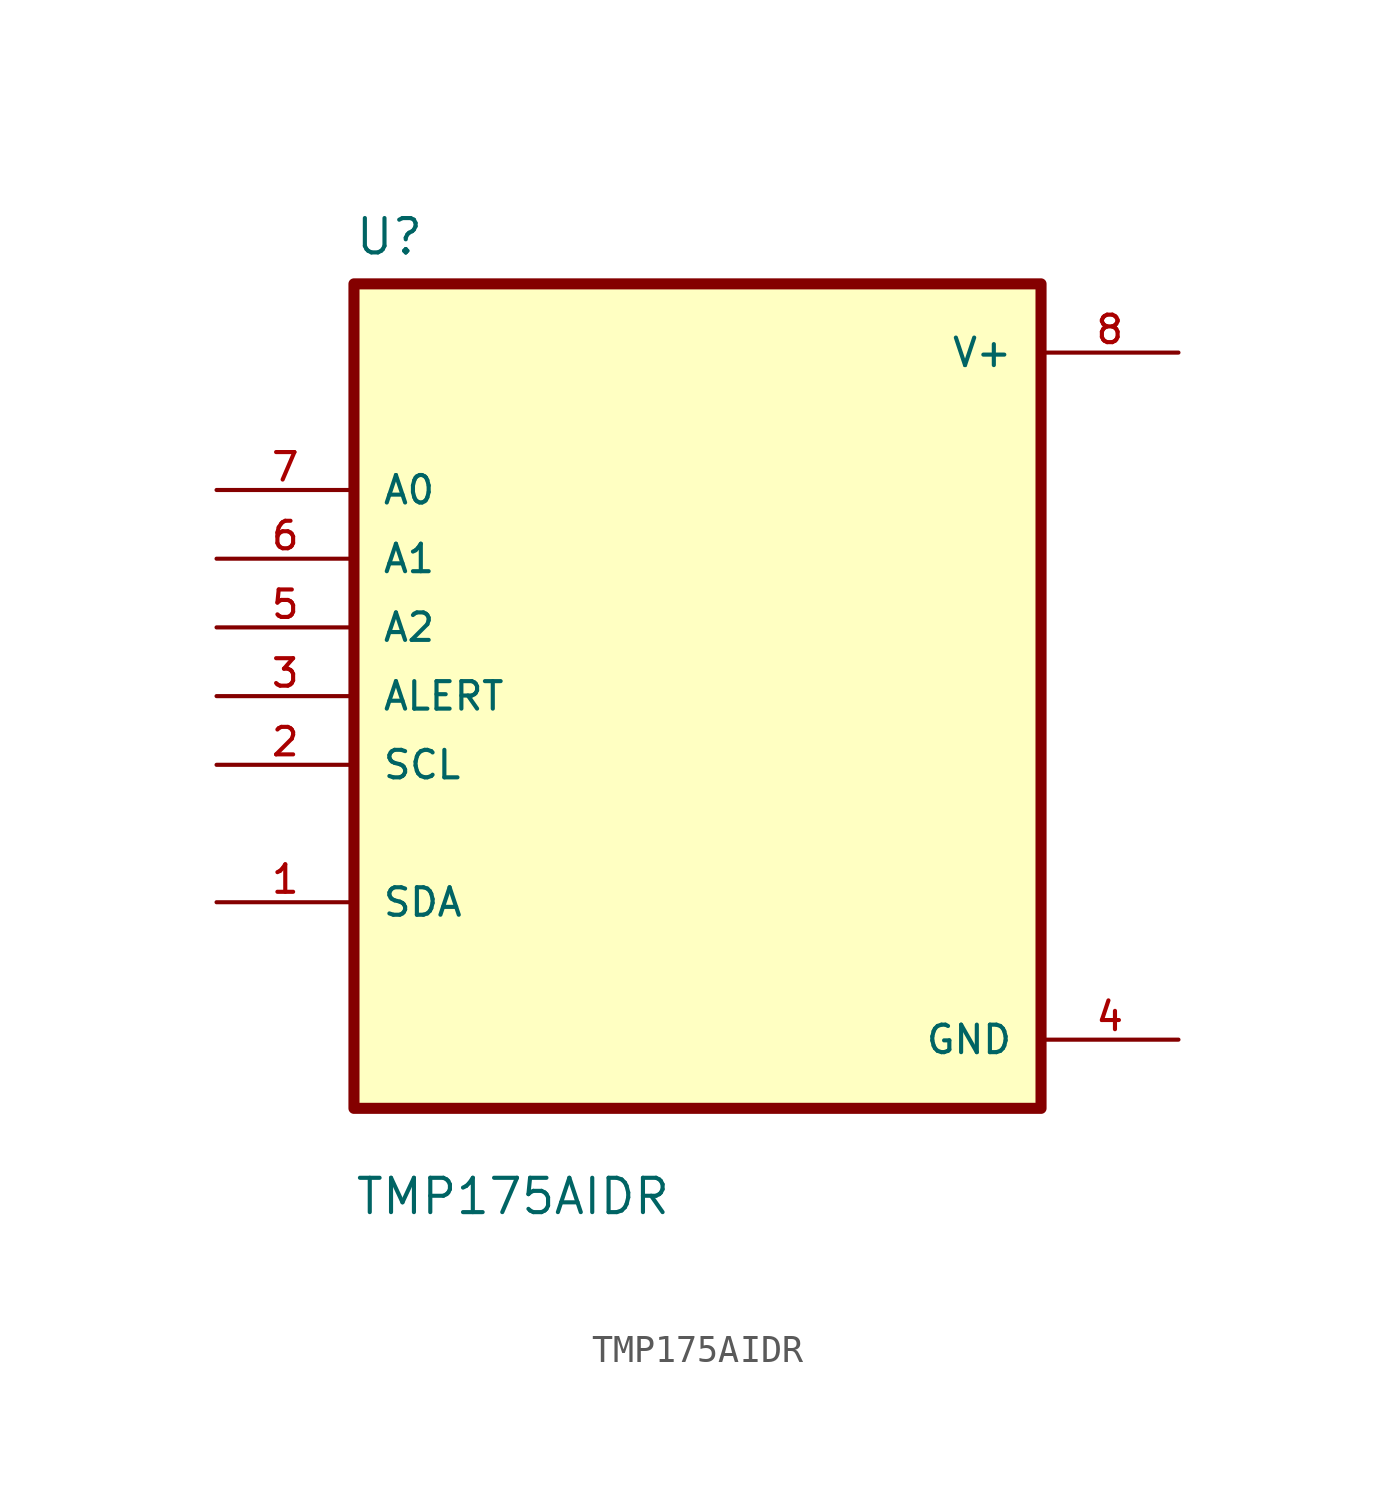
<source format=kicad_sym>
(kicad_symbol_lib
  (version 20211014)
  (generator kicad_symbol_editor)
  (symbol "TMP175AIDR"
    (pin_names
      (offset 1.016))
    (property "Reference" "U"
      (at -12.7 16.24 0.0)
      (effects (font (size 1.27 1.27)) (justify bottom left)))
    (property "Value" "TMP175AIDR"
      (at -12.7 -19.24 0.0)
      (effects (font (size 1.27 1.27)) (justify bottom left)))
    (symbol "TMP175AIDR_0_0"
      (rectangle (start -12.7 -15.24) (end 12.7 15.24) (stroke (width 0.41)) (fill (type background)))
      (pin input line (at -17.78 7.62 0) (length 5.08) (name "A0" (effects (font (size 1.016 1.016)))) (number "7" (effects (font (size 1.016 1.016)))))
      (pin input line (at -17.78 5.08 0) (length 5.08) (name "A1" (effects (font (size 1.016 1.016)))) (number "6" (effects (font (size 1.016 1.016)))))
      (pin input line (at -17.78 2.54 0) (length 5.08) (name "A2" (effects (font (size 1.016 1.016)))) (number "5" (effects (font (size 1.016 1.016)))))
      (pin input line (at -17.78 0.0 0) (length 5.08) (name "ALERT" (effects (font (size 1.016 1.016)))) (number "3" (effects (font (size 1.016 1.016)))))
      (pin input line (at -17.78 -2.54 0) (length 5.08) (name "SCL" (effects (font (size 1.016 1.016)))) (number "2" (effects (font (size 1.016 1.016)))))
      (pin bidirectional line (at -17.78 -7.62 0) (length 5.08) (name "SDA" (effects (font (size 1.016 1.016)))) (number "1" (effects (font (size 1.016 1.016)))))
      (pin power_in line (at 17.78 12.7 180.0) (length 5.08) (name "V+" (effects (font (size 1.016 1.016)))) (number "8" (effects (font (size 1.016 1.016)))))
      (pin power_in line (at 17.78 -12.7 180.0) (length 5.08) (name "GND" (effects (font (size 1.016 1.016)))) (number "4" (effects (font (size 1.016 1.016))))))))
</source>
